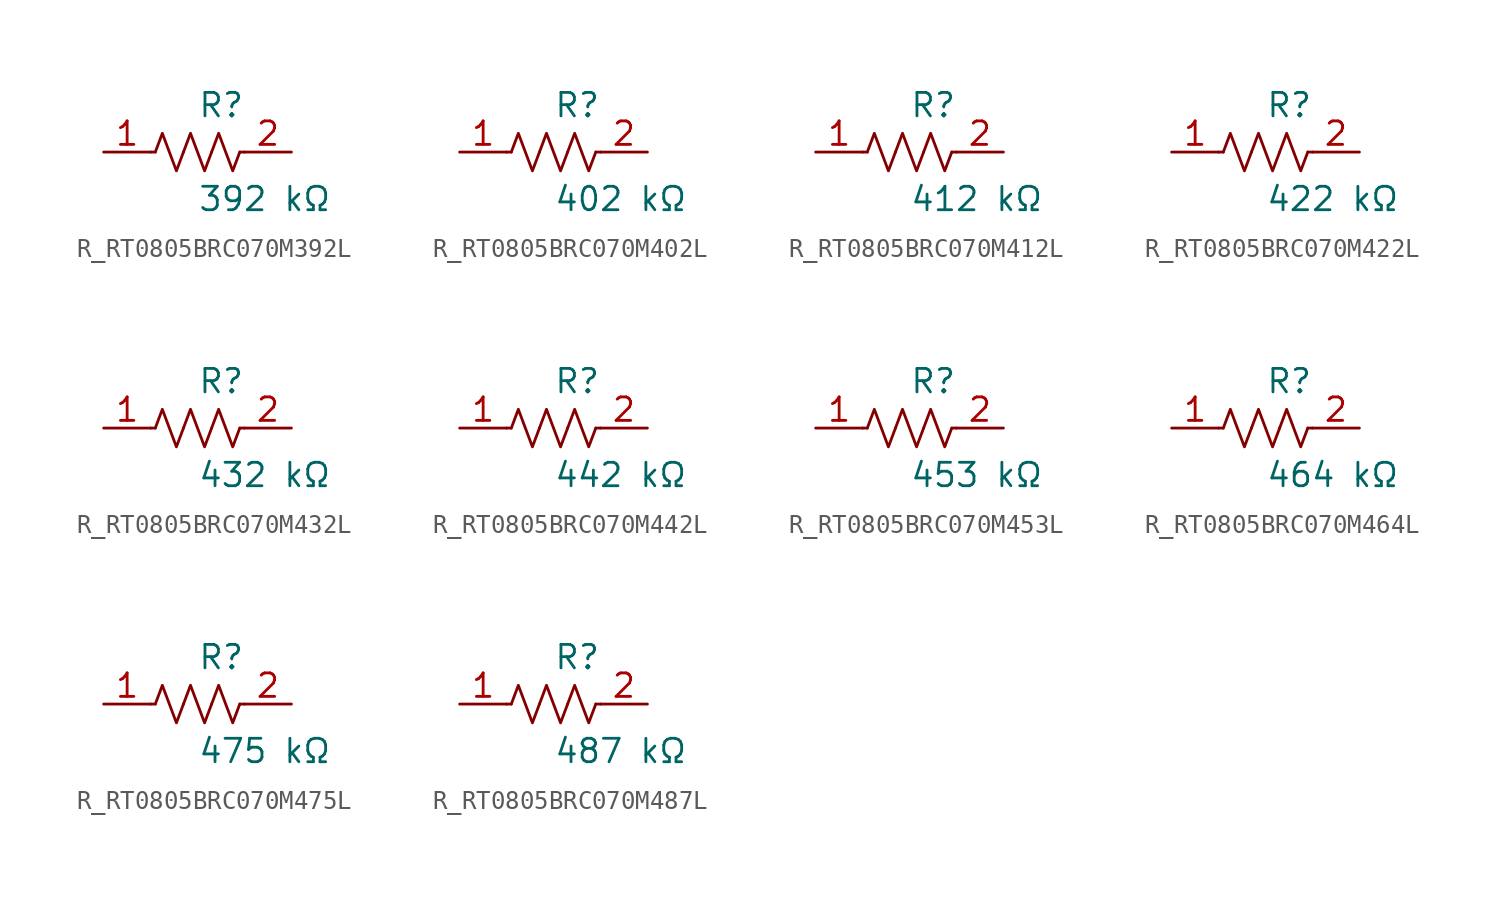
<source format=kicad_sym>
(kicad_symbol_lib
  (version 20231120)
  (generator kicad_symbol_editor)
  (generator_version 8.0)
  (symbol "R_RT0805BRC070M392L"
    (pin_names
      (offset 0.254))
    (property "Reference" "R"
      (at 0.0 2.54 0)
      (effects (font (size 1.27 1.27)) (justify left)))
    (property "Value" "392 kΩ"
      (at 0.0 -2.54 0)
      (effects (font (size 1.27 1.27)) (justify left)))
    (symbol "R_RT0805BRC070M392L_0_1"
      (polyline (pts (xy 2.286 0) (xy 2.54 0)) (stroke (width 0) (type default)) (fill (type none)))
      (polyline (pts (xy -2.286 0) (xy -2.54 0)) (stroke (width 0) (type default)) (fill (type none)))
      (polyline (pts (xy 0.762 0) (xy 1.143 1.016) (xy 1.524 0) (xy 1.905 -1.016) (xy 2.286 0)) (stroke (width 0) (type default)) (fill (type none)))
      (polyline (pts (xy -0.762 0) (xy -0.381 1.016) (xy 0 0) (xy 0.381 -1.016) (xy 0.762 0)) (stroke (width 0) (type default)) (fill (type none)))
      (polyline (pts (xy -2.286 0) (xy -1.905 1.016) (xy -1.524 0) (xy -1.143 -1.016) (xy -0.762 0)) (stroke (width 0) (type default)) (fill (type none))))
    (pin unspecified line
      (at -5.08 0 0)
      (length 2.54)
      (name "" (effects (font (size 1.27 1.27))))
      (number "1" (effects (font (size 1.27 1.27)))))
    (pin unspecified line
      (at 5.08 0 180)
      (length 2.54)
      (name "" (effects (font (size 1.27 1.27))))
      (number "2" (effects (font (size 1.27 1.27))))))
  (symbol "R_RT0805BRC070M402L"
    (pin_names
      (offset 0.254))
    (property "Reference" "R"
      (at 0.0 2.54 0)
      (effects (font (size 1.27 1.27)) (justify left)))
    (property "Value" "402 kΩ"
      (at 0.0 -2.54 0)
      (effects (font (size 1.27 1.27)) (justify left)))
    (symbol "R_RT0805BRC070M402L_0_1"
      (polyline (pts (xy 2.286 0) (xy 2.54 0)) (stroke (width 0) (type default)) (fill (type none)))
      (polyline (pts (xy -2.286 0) (xy -2.54 0)) (stroke (width 0) (type default)) (fill (type none)))
      (polyline (pts (xy 0.762 0) (xy 1.143 1.016) (xy 1.524 0) (xy 1.905 -1.016) (xy 2.286 0)) (stroke (width 0) (type default)) (fill (type none)))
      (polyline (pts (xy -0.762 0) (xy -0.381 1.016) (xy 0 0) (xy 0.381 -1.016) (xy 0.762 0)) (stroke (width 0) (type default)) (fill (type none)))
      (polyline (pts (xy -2.286 0) (xy -1.905 1.016) (xy -1.524 0) (xy -1.143 -1.016) (xy -0.762 0)) (stroke (width 0) (type default)) (fill (type none))))
    (pin unspecified line
      (at -5.08 0 0)
      (length 2.54)
      (name "" (effects (font (size 1.27 1.27))))
      (number "1" (effects (font (size 1.27 1.27)))))
    (pin unspecified line
      (at 5.08 0 180)
      (length 2.54)
      (name "" (effects (font (size 1.27 1.27))))
      (number "2" (effects (font (size 1.27 1.27))))))
  (symbol "R_RT0805BRC070M412L"
    (pin_names
      (offset 0.254))
    (property "Reference" "R"
      (at 0.0 2.54 0)
      (effects (font (size 1.27 1.27)) (justify left)))
    (property "Value" "412 kΩ"
      (at 0.0 -2.54 0)
      (effects (font (size 1.27 1.27)) (justify left)))
    (symbol "R_RT0805BRC070M412L_0_1"
      (polyline (pts (xy 2.286 0) (xy 2.54 0)) (stroke (width 0) (type default)) (fill (type none)))
      (polyline (pts (xy -2.286 0) (xy -2.54 0)) (stroke (width 0) (type default)) (fill (type none)))
      (polyline (pts (xy 0.762 0) (xy 1.143 1.016) (xy 1.524 0) (xy 1.905 -1.016) (xy 2.286 0)) (stroke (width 0) (type default)) (fill (type none)))
      (polyline (pts (xy -0.762 0) (xy -0.381 1.016) (xy 0 0) (xy 0.381 -1.016) (xy 0.762 0)) (stroke (width 0) (type default)) (fill (type none)))
      (polyline (pts (xy -2.286 0) (xy -1.905 1.016) (xy -1.524 0) (xy -1.143 -1.016) (xy -0.762 0)) (stroke (width 0) (type default)) (fill (type none))))
    (pin unspecified line
      (at -5.08 0 0)
      (length 2.54)
      (name "" (effects (font (size 1.27 1.27))))
      (number "1" (effects (font (size 1.27 1.27)))))
    (pin unspecified line
      (at 5.08 0 180)
      (length 2.54)
      (name "" (effects (font (size 1.27 1.27))))
      (number "2" (effects (font (size 1.27 1.27))))))
  (symbol "R_RT0805BRC070M422L"
    (pin_names
      (offset 0.254))
    (property "Reference" "R"
      (at 0.0 2.54 0)
      (effects (font (size 1.27 1.27)) (justify left)))
    (property "Value" "422 kΩ"
      (at 0.0 -2.54 0)
      (effects (font (size 1.27 1.27)) (justify left)))
    (symbol "R_RT0805BRC070M422L_0_1"
      (polyline (pts (xy 2.286 0) (xy 2.54 0)) (stroke (width 0) (type default)) (fill (type none)))
      (polyline (pts (xy -2.286 0) (xy -2.54 0)) (stroke (width 0) (type default)) (fill (type none)))
      (polyline (pts (xy 0.762 0) (xy 1.143 1.016) (xy 1.524 0) (xy 1.905 -1.016) (xy 2.286 0)) (stroke (width 0) (type default)) (fill (type none)))
      (polyline (pts (xy -0.762 0) (xy -0.381 1.016) (xy 0 0) (xy 0.381 -1.016) (xy 0.762 0)) (stroke (width 0) (type default)) (fill (type none)))
      (polyline (pts (xy -2.286 0) (xy -1.905 1.016) (xy -1.524 0) (xy -1.143 -1.016) (xy -0.762 0)) (stroke (width 0) (type default)) (fill (type none))))
    (pin unspecified line
      (at -5.08 0 0)
      (length 2.54)
      (name "" (effects (font (size 1.27 1.27))))
      (number "1" (effects (font (size 1.27 1.27)))))
    (pin unspecified line
      (at 5.08 0 180)
      (length 2.54)
      (name "" (effects (font (size 1.27 1.27))))
      (number "2" (effects (font (size 1.27 1.27))))))
  (symbol "R_RT0805BRC070M432L"
    (pin_names
      (offset 0.254))
    (property "Reference" "R"
      (at 0.0 2.54 0)
      (effects (font (size 1.27 1.27)) (justify left)))
    (property "Value" "432 kΩ"
      (at 0.0 -2.54 0)
      (effects (font (size 1.27 1.27)) (justify left)))
    (symbol "R_RT0805BRC070M432L_0_1"
      (polyline (pts (xy 2.286 0) (xy 2.54 0)) (stroke (width 0) (type default)) (fill (type none)))
      (polyline (pts (xy -2.286 0) (xy -2.54 0)) (stroke (width 0) (type default)) (fill (type none)))
      (polyline (pts (xy 0.762 0) (xy 1.143 1.016) (xy 1.524 0) (xy 1.905 -1.016) (xy 2.286 0)) (stroke (width 0) (type default)) (fill (type none)))
      (polyline (pts (xy -0.762 0) (xy -0.381 1.016) (xy 0 0) (xy 0.381 -1.016) (xy 0.762 0)) (stroke (width 0) (type default)) (fill (type none)))
      (polyline (pts (xy -2.286 0) (xy -1.905 1.016) (xy -1.524 0) (xy -1.143 -1.016) (xy -0.762 0)) (stroke (width 0) (type default)) (fill (type none))))
    (pin unspecified line
      (at -5.08 0 0)
      (length 2.54)
      (name "" (effects (font (size 1.27 1.27))))
      (number "1" (effects (font (size 1.27 1.27)))))
    (pin unspecified line
      (at 5.08 0 180)
      (length 2.54)
      (name "" (effects (font (size 1.27 1.27))))
      (number "2" (effects (font (size 1.27 1.27))))))
  (symbol "R_RT0805BRC070M442L"
    (pin_names
      (offset 0.254))
    (property "Reference" "R"
      (at 0.0 2.54 0)
      (effects (font (size 1.27 1.27)) (justify left)))
    (property "Value" "442 kΩ"
      (at 0.0 -2.54 0)
      (effects (font (size 1.27 1.27)) (justify left)))
    (symbol "R_RT0805BRC070M442L_0_1"
      (polyline (pts (xy 2.286 0) (xy 2.54 0)) (stroke (width 0) (type default)) (fill (type none)))
      (polyline (pts (xy -2.286 0) (xy -2.54 0)) (stroke (width 0) (type default)) (fill (type none)))
      (polyline (pts (xy 0.762 0) (xy 1.143 1.016) (xy 1.524 0) (xy 1.905 -1.016) (xy 2.286 0)) (stroke (width 0) (type default)) (fill (type none)))
      (polyline (pts (xy -0.762 0) (xy -0.381 1.016) (xy 0 0) (xy 0.381 -1.016) (xy 0.762 0)) (stroke (width 0) (type default)) (fill (type none)))
      (polyline (pts (xy -2.286 0) (xy -1.905 1.016) (xy -1.524 0) (xy -1.143 -1.016) (xy -0.762 0)) (stroke (width 0) (type default)) (fill (type none))))
    (pin unspecified line
      (at -5.08 0 0)
      (length 2.54)
      (name "" (effects (font (size 1.27 1.27))))
      (number "1" (effects (font (size 1.27 1.27)))))
    (pin unspecified line
      (at 5.08 0 180)
      (length 2.54)
      (name "" (effects (font (size 1.27 1.27))))
      (number "2" (effects (font (size 1.27 1.27))))))
  (symbol "R_RT0805BRC070M453L"
    (pin_names
      (offset 0.254))
    (property "Reference" "R"
      (at 0.0 2.54 0)
      (effects (font (size 1.27 1.27)) (justify left)))
    (property "Value" "453 kΩ"
      (at 0.0 -2.54 0)
      (effects (font (size 1.27 1.27)) (justify left)))
    (symbol "R_RT0805BRC070M453L_0_1"
      (polyline (pts (xy 2.286 0) (xy 2.54 0)) (stroke (width 0) (type default)) (fill (type none)))
      (polyline (pts (xy -2.286 0) (xy -2.54 0)) (stroke (width 0) (type default)) (fill (type none)))
      (polyline (pts (xy 0.762 0) (xy 1.143 1.016) (xy 1.524 0) (xy 1.905 -1.016) (xy 2.286 0)) (stroke (width 0) (type default)) (fill (type none)))
      (polyline (pts (xy -0.762 0) (xy -0.381 1.016) (xy 0 0) (xy 0.381 -1.016) (xy 0.762 0)) (stroke (width 0) (type default)) (fill (type none)))
      (polyline (pts (xy -2.286 0) (xy -1.905 1.016) (xy -1.524 0) (xy -1.143 -1.016) (xy -0.762 0)) (stroke (width 0) (type default)) (fill (type none))))
    (pin unspecified line
      (at -5.08 0 0)
      (length 2.54)
      (name "" (effects (font (size 1.27 1.27))))
      (number "1" (effects (font (size 1.27 1.27)))))
    (pin unspecified line
      (at 5.08 0 180)
      (length 2.54)
      (name "" (effects (font (size 1.27 1.27))))
      (number "2" (effects (font (size 1.27 1.27))))))
  (symbol "R_RT0805BRC070M464L"
    (pin_names
      (offset 0.254))
    (property "Reference" "R"
      (at 0.0 2.54 0)
      (effects (font (size 1.27 1.27)) (justify left)))
    (property "Value" "464 kΩ"
      (at 0.0 -2.54 0)
      (effects (font (size 1.27 1.27)) (justify left)))
    (symbol "R_RT0805BRC070M464L_0_1"
      (polyline (pts (xy 2.286 0) (xy 2.54 0)) (stroke (width 0) (type default)) (fill (type none)))
      (polyline (pts (xy -2.286 0) (xy -2.54 0)) (stroke (width 0) (type default)) (fill (type none)))
      (polyline (pts (xy 0.762 0) (xy 1.143 1.016) (xy 1.524 0) (xy 1.905 -1.016) (xy 2.286 0)) (stroke (width 0) (type default)) (fill (type none)))
      (polyline (pts (xy -0.762 0) (xy -0.381 1.016) (xy 0 0) (xy 0.381 -1.016) (xy 0.762 0)) (stroke (width 0) (type default)) (fill (type none)))
      (polyline (pts (xy -2.286 0) (xy -1.905 1.016) (xy -1.524 0) (xy -1.143 -1.016) (xy -0.762 0)) (stroke (width 0) (type default)) (fill (type none))))
    (pin unspecified line
      (at -5.08 0 0)
      (length 2.54)
      (name "" (effects (font (size 1.27 1.27))))
      (number "1" (effects (font (size 1.27 1.27)))))
    (pin unspecified line
      (at 5.08 0 180)
      (length 2.54)
      (name "" (effects (font (size 1.27 1.27))))
      (number "2" (effects (font (size 1.27 1.27))))))
  (symbol "R_RT0805BRC070M475L"
    (pin_names
      (offset 0.254))
    (property "Reference" "R"
      (at 0.0 2.54 0)
      (effects (font (size 1.27 1.27)) (justify left)))
    (property "Value" "475 kΩ"
      (at 0.0 -2.54 0)
      (effects (font (size 1.27 1.27)) (justify left)))
    (symbol "R_RT0805BRC070M475L_0_1"
      (polyline (pts (xy 2.286 0) (xy 2.54 0)) (stroke (width 0) (type default)) (fill (type none)))
      (polyline (pts (xy -2.286 0) (xy -2.54 0)) (stroke (width 0) (type default)) (fill (type none)))
      (polyline (pts (xy 0.762 0) (xy 1.143 1.016) (xy 1.524 0) (xy 1.905 -1.016) (xy 2.286 0)) (stroke (width 0) (type default)) (fill (type none)))
      (polyline (pts (xy -0.762 0) (xy -0.381 1.016) (xy 0 0) (xy 0.381 -1.016) (xy 0.762 0)) (stroke (width 0) (type default)) (fill (type none)))
      (polyline (pts (xy -2.286 0) (xy -1.905 1.016) (xy -1.524 0) (xy -1.143 -1.016) (xy -0.762 0)) (stroke (width 0) (type default)) (fill (type none))))
    (pin unspecified line
      (at -5.08 0 0)
      (length 2.54)
      (name "" (effects (font (size 1.27 1.27))))
      (number "1" (effects (font (size 1.27 1.27)))))
    (pin unspecified line
      (at 5.08 0 180)
      (length 2.54)
      (name "" (effects (font (size 1.27 1.27))))
      (number "2" (effects (font (size 1.27 1.27))))))
  (symbol "R_RT0805BRC070M487L"
    (pin_names
      (offset 0.254))
    (property "Reference" "R"
      (at 0.0 2.54 0)
      (effects (font (size 1.27 1.27)) (justify left)))
    (property "Value" "487 kΩ"
      (at 0.0 -2.54 0)
      (effects (font (size 1.27 1.27)) (justify left)))
    (symbol "R_RT0805BRC070M487L_0_1"
      (polyline (pts (xy 2.286 0) (xy 2.54 0)) (stroke (width 0) (type default)) (fill (type none)))
      (polyline (pts (xy -2.286 0) (xy -2.54 0)) (stroke (width 0) (type default)) (fill (type none)))
      (polyline (pts (xy 0.762 0) (xy 1.143 1.016) (xy 1.524 0) (xy 1.905 -1.016) (xy 2.286 0)) (stroke (width 0) (type default)) (fill (type none)))
      (polyline (pts (xy -0.762 0) (xy -0.381 1.016) (xy 0 0) (xy 0.381 -1.016) (xy 0.762 0)) (stroke (width 0) (type default)) (fill (type none)))
      (polyline (pts (xy -2.286 0) (xy -1.905 1.016) (xy -1.524 0) (xy -1.143 -1.016) (xy -0.762 0)) (stroke (width 0) (type default)) (fill (type none))))
    (pin unspecified line
      (at -5.08 0 0)
      (length 2.54)
      (name "" (effects (font (size 1.27 1.27))))
      (number "1" (effects (font (size 1.27 1.27)))))
    (pin unspecified line
      (at 5.08 0 180)
      (length 2.54)
      (name "" (effects (font (size 1.27 1.27))))
      (number "2" (effects (font (size 1.27 1.27)))))))
</source>
